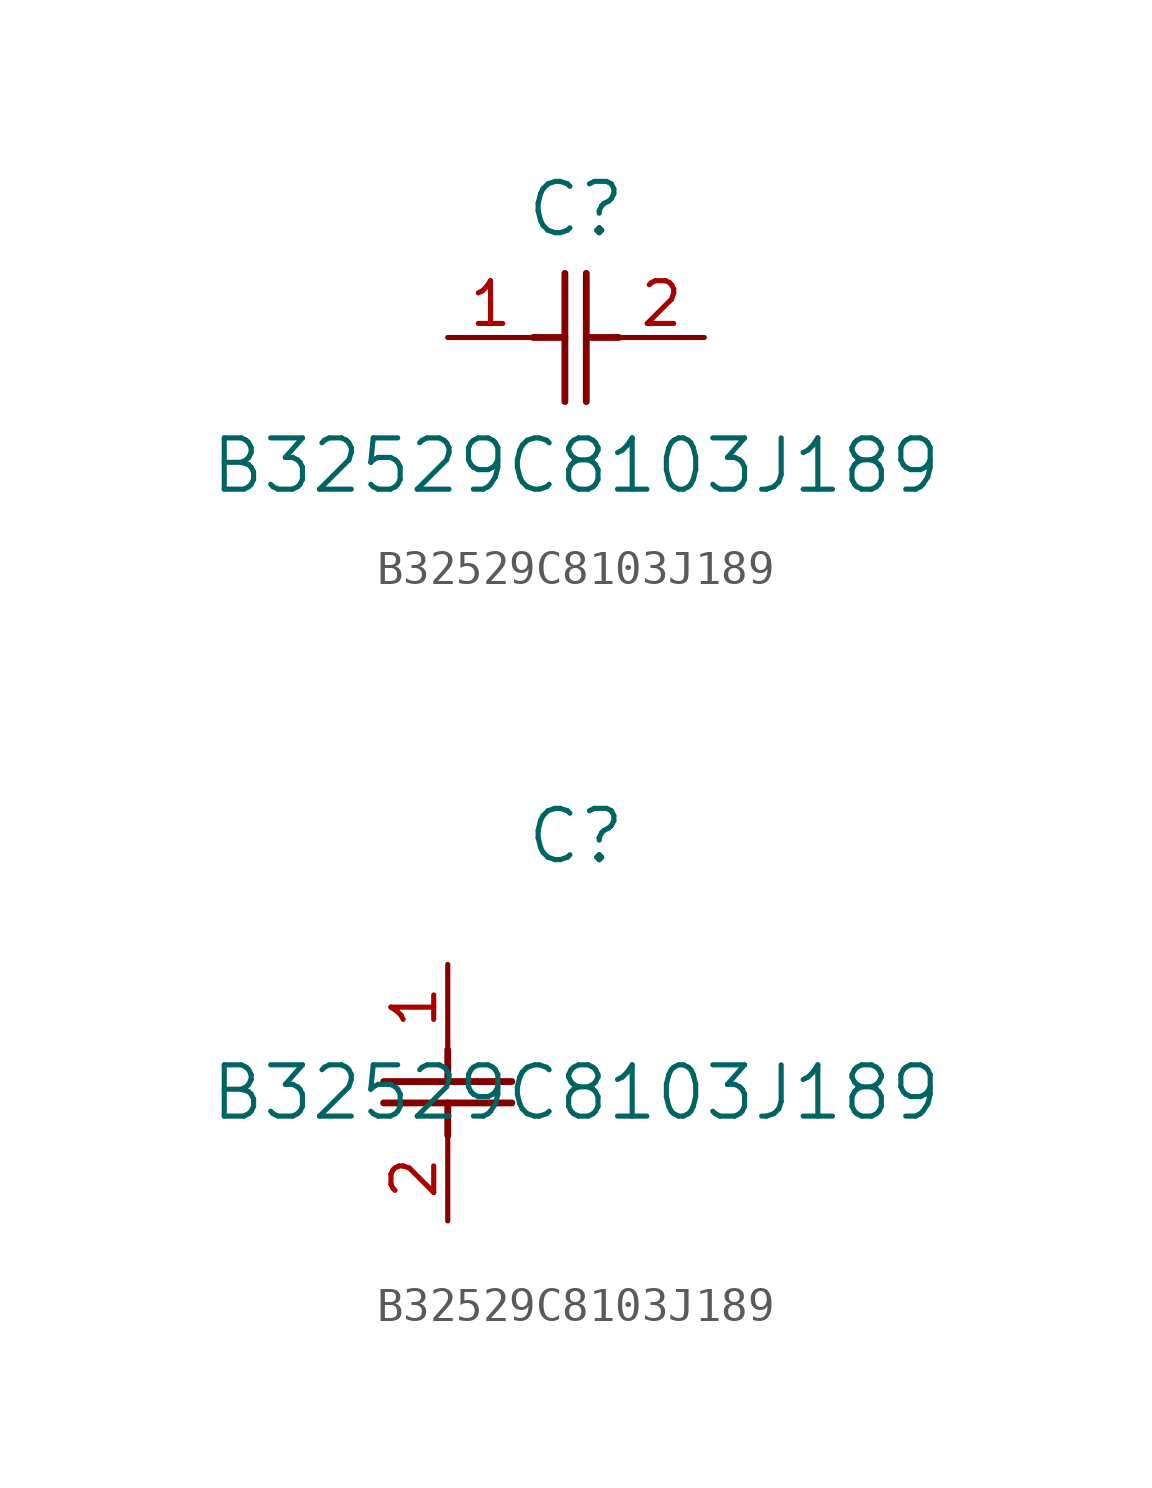
<source format=kicad_sym>
(kicad_symbol_lib
  (version 20211014)
  (generator kicad_symbol_editor)
  (symbol "B32529C8103J189"
    (pin_names
      (offset 0.254))
    (property "Reference" "C"
      (at 3.81 3.81 0)
      (effects (font (size 1.524 1.524))))
    (property "Value" "B32529C8103J189"
      (at 3.81 -3.81 0)
      (effects (font (size 1.524 1.524))))
    (symbol "B32529C8103J189_1_1"
      (polyline (pts (xy 3.48 -1.905) (xy 3.48 1.905)) (stroke (width 0.203) (type default) (color 0 0 0 0)) (fill (type none)))
      (polyline (pts (xy 4.115 -1.905) (xy 4.115 1.905)) (stroke (width 0.203) (type default) (color 0 0 0 0)) (fill (type none)))
      (polyline (pts (xy 4.115 0) (xy 5.08 0)) (stroke (width 0.203) (type default) (color 0 0 0 0)) (fill (type none)))
      (polyline (pts (xy 2.54 0) (xy 3.48 0)) (stroke (width 0.203) (type default) (color 0 0 0 0)) (fill (type none)))
      (pin unspecified line (at 0 0 0) (length 2.54) (name "" (effects (font (size 1.27 1.27)))) (number "1" (effects (font (size 1.27 1.27)))))
      (pin unspecified line (at 7.62 0 180) (length 2.54) (name "" (effects (font (size 1.27 1.27)))) (number "2" (effects (font (size 1.27 1.27))))))
    (symbol "B32529C8103J189_1_2"
      (polyline (pts (xy -1.905 -3.48) (xy 1.905 -3.48)) (stroke (width 0.203) (type default) (color 0 0 0 0)) (fill (type none)))
      (polyline (pts (xy -1.905 -4.115) (xy 1.905 -4.115)) (stroke (width 0.203) (type default) (color 0 0 0 0)) (fill (type none)))
      (polyline (pts (xy 0 -4.115) (xy 0 -5.08)) (stroke (width 0.203) (type default) (color 0 0 0 0)) (fill (type none)))
      (polyline (pts (xy 0 -2.54) (xy 0 -3.48)) (stroke (width 0.203) (type default) (color 0 0 0 0)) (fill (type none)))
      (pin unspecified line (at 0 0 270) (length 2.54) (name "" (effects (font (size 1.27 1.27)))) (number "1" (effects (font (size 1.27 1.27)))))
      (pin unspecified line (at 0 -7.62 90) (length 2.54) (name "" (effects (font (size 1.27 1.27)))) (number "2" (effects (font (size 1.27 1.27))))))))
</source>
